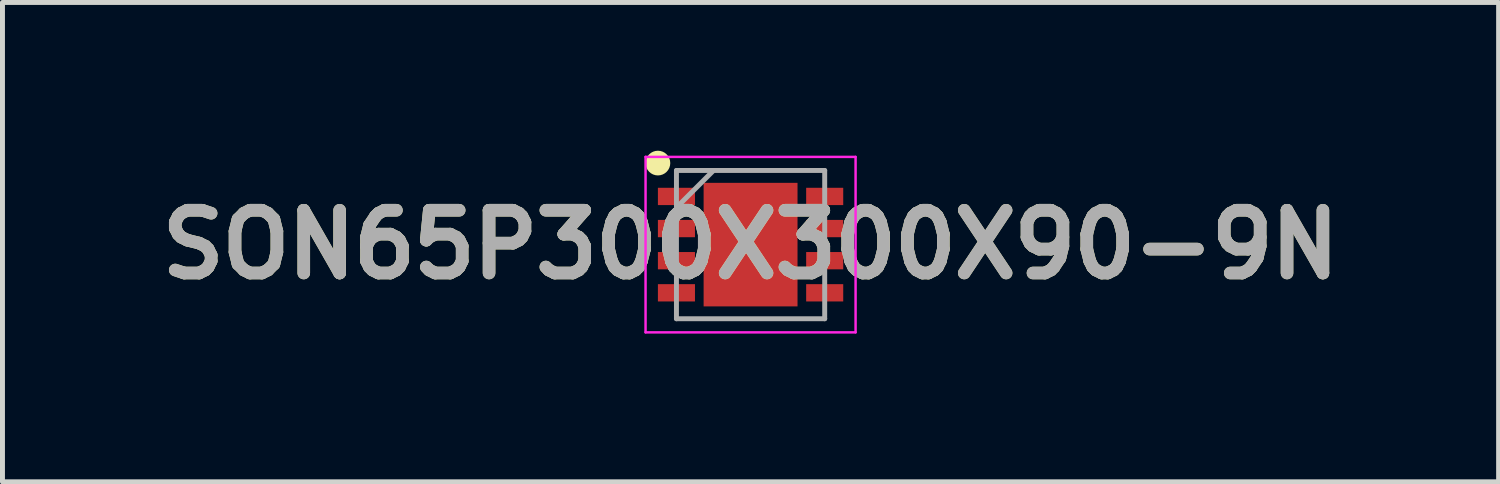
<source format=kicad_pcb>
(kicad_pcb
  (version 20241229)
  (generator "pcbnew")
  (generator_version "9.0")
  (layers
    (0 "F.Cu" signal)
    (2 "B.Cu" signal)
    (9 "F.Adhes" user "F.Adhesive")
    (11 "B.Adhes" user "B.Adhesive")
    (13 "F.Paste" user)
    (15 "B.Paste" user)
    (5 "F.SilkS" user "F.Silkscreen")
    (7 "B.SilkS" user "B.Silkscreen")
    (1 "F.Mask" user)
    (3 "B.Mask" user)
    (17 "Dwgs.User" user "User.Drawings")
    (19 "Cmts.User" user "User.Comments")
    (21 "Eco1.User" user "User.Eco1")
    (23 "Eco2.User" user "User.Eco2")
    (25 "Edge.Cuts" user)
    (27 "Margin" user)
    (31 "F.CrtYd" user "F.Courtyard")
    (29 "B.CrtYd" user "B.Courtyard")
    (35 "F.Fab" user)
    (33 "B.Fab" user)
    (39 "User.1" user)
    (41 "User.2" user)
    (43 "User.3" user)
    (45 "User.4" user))
  (footprint "SON65P300X300X90-9N"
    (layer "F.Cu")
    (at 12.138 1.9)
    (property "Reference" "SON65P300X300X90-9N" (at 0 0 0) (layer "F.SilkS") (effects (font (size 1.27 1.27) (thickness 0.254))))
    (attr smd)
    (fp_circle (center -1.875 -1.65) (end -1.875 -1.525) (stroke (width 0.25) (type solid)) (fill no) (layer "F.SilkS"))
    (fp_line (start -2.125 -1.775) (end 2.125 -1.775) (stroke (width 0.05) (type solid)) (layer "F.CrtYd"))
    (fp_line (start -2.125 1.775) (end -2.125 -1.775) (stroke (width 0.05) (type solid)) (layer "F.CrtYd"))
    (fp_line (start 2.125 -1.775) (end 2.125 1.775) (stroke (width 0.05) (type solid)) (layer "F.CrtYd"))
    (fp_line (start 2.125 1.775) (end -2.125 1.775) (stroke (width 0.05) (type solid)) (layer "F.CrtYd"))
    (fp_line (start -1.5 -1.5) (end 1.5 -1.5) (stroke (width 0.1) (type solid)) (layer "F.Fab"))
    (fp_line (start -1.5 -0.75) (end -0.75 -1.5) (stroke (width 0.1) (type solid)) (layer "F.Fab"))
    (fp_line (start -1.5 1.5) (end -1.5 -1.5) (stroke (width 0.1) (type solid)) (layer "F.Fab"))
    (fp_line (start 1.5 -1.5) (end 1.5 1.5) (stroke (width 0.1) (type solid)) (layer "F.Fab"))
    (fp_line (start 1.5 1.5) (end -1.5 1.5) (stroke (width 0.1) (type solid)) (layer "F.Fab"))
    (fp_text user "${REFERENCE}" (at 0 0 0) (layer "F.Fab") (effects (font (size 1.27 1.27) (thickness 0.254))))
    (pad "1" smd rect (at -1.5 -0.975 90) (size 0.35 0.75) (layers "F.Cu" "F.Mask" "F.Paste"))
    (pad "2" smd rect (at -1.5 -0.325 90) (size 0.35 0.75) (layers "F.Cu" "F.Mask" "F.Paste"))
    (pad "3" smd rect (at -1.5 0.325 90) (size 0.35 0.75) (layers "F.Cu" "F.Mask" "F.Paste"))
    (pad "4" smd rect (at -1.5 0.975 90) (size 0.35 0.75) (layers "F.Cu" "F.Mask" "F.Paste"))
    (pad "5" smd rect (at 1.5 0.975 90) (size 0.35 0.75) (layers "F.Cu" "F.Mask" "F.Paste"))
    (pad "6" smd rect (at 1.5 0.325 90) (size 0.35 0.75) (layers "F.Cu" "F.Mask" "F.Paste"))
    (pad "7" smd rect (at 1.5 -0.325 90) (size 0.35 0.75) (layers "F.Cu" "F.Mask" "F.Paste"))
    (pad "8" smd rect (at 1.5 -0.975 90) (size 0.35 0.75) (layers "F.Cu" "F.Mask" "F.Paste"))
    (pad "9" smd rect (at 0 0) (size 1.9 2.5) (layers "F.Cu" "F.Mask" "F.Paste")))
  (gr_rect
    (start -3 -3)
    (end 27.275 6.7)
    (stroke (width 0.1) (type default))
    (fill no)
    (layer "Edge.Cuts")))
</source>
